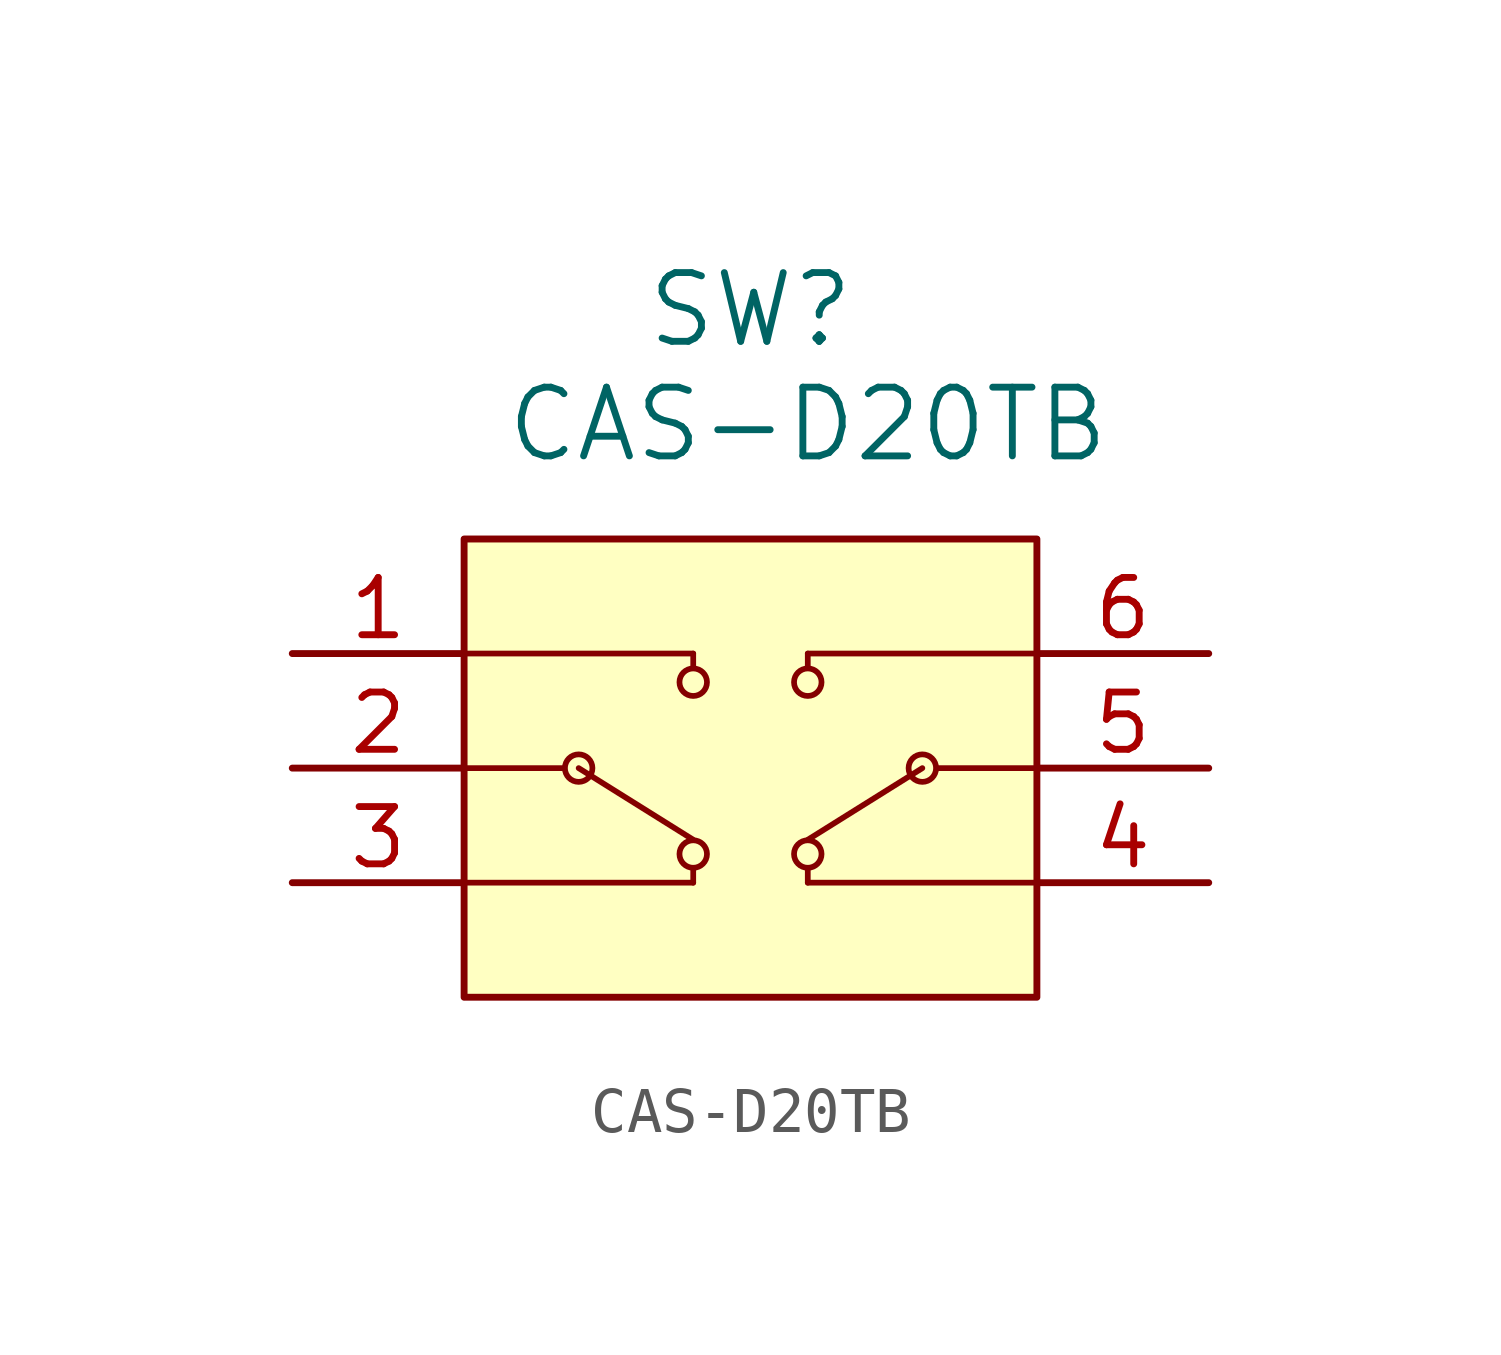
<source format=kicad_sym>
(kicad_symbol_lib
  (version 20241209)
  (generator "kicad_symbol_editor")
  (generator_version "9.0")
  (symbol "CAS-D20TB"
    (pin_names
      (offset 0.254)
      (hide yes))
    (property "Reference" "SW"
      (at 13.97 7.62 0)
      (effects (font (size 1.524 1.524))))
    (property "Value" "CAS-D20TB"
      (at 15.24 5.08 0)
      (effects (font (size 1.524 1.524))))
    (symbol "CAS-D20TB_0_1"
      (polyline (pts (xy 7.62 2.54) (xy 7.62 -7.62)) (stroke (width 0.127) (type default)) (fill (type none)))
      (polyline (pts (xy 7.62 0) (xy 12.7 0)) (stroke (width 0.127) (type default)) (fill (type none)))
      (polyline (pts (xy 7.62 -2.54) (xy 9.842 -2.54)) (stroke (width 0.127) (type default)) (fill (type none)))
      (polyline (pts (xy 7.62 -5.08) (xy 12.7 -5.08)) (stroke (width 0.127) (type default)) (fill (type none)))
      (polyline (pts (xy 10.16 -2.54) (xy 12.7 -4.128)) (stroke (width 0.127) (type default)) (fill (type none)))
      (circle (center 10.16 -2.54) (radius 0.305) (stroke (width 0.127) (type default)) (fill (type none)))
      (polyline (pts (xy 12.7 0) (xy 12.7 -0.318)) (stroke (width 0.127) (type default)) (fill (type none)))
      (circle (center 12.7 -0.635) (radius 0.305) (stroke (width 0.127) (type default)) (fill (type none)))
      (circle (center 12.7 -4.445) (radius 0.305) (stroke (width 0.127) (type default)) (fill (type none)))
      (polyline (pts (xy 12.7 -4.75) (xy 12.7 -5.08)) (stroke (width 0.127) (type default)) (fill (type none)))
      (polyline (pts (xy 15.24 0) (xy 15.24 -0.318)) (stroke (width 0.127) (type default)) (fill (type none)))
      (circle (center 15.24 -0.635) (radius 0.305) (stroke (width 0.127) (type default)) (fill (type none)))
      (circle (center 15.24 -4.445) (radius 0.305) (stroke (width 0.127) (type default)) (fill (type none)))
      (polyline (pts (xy 15.24 -4.75) (xy 15.24 -5.08)) (stroke (width 0.127) (type default)) (fill (type none)))
      (polyline (pts (xy 17.78 -2.54) (xy 15.24 -4.128)) (stroke (width 0.127) (type default)) (fill (type none)))
      (circle (center 17.78 -2.54) (radius 0.305) (stroke (width 0.127) (type default)) (fill (type none)))
      (polyline (pts (xy 20.32 2.54) (xy 7.62 2.54)) (stroke (width 0.127) (type default)) (fill (type none)))
      (polyline (pts (xy 20.32 0) (xy 15.24 0)) (stroke (width 0.127) (type default)) (fill (type none)))
      (polyline (pts (xy 20.32 -2.54) (xy 18.098 -2.54)) (stroke (width 0.127) (type default)) (fill (type none)))
      (polyline (pts (xy 20.32 -5.08) (xy 15.24 -5.08)) (stroke (width 0.127) (type default)) (fill (type none)))
      (pin unspecified line (at 3.81 0 0) (length 3.81) (name "1" (effects (font (size 1.27 1.27)))) (number "1" (effects (font (size 1.27 1.27)))))
      (pin unspecified line (at 3.81 -2.54 0) (length 3.81) (name "2" (effects (font (size 1.27 1.27)))) (number "2" (effects (font (size 1.27 1.27)))))
      (pin unspecified line (at 3.81 -5.08 0) (length 3.81) (name "3" (effects (font (size 1.27 1.27)))) (number "3" (effects (font (size 1.27 1.27)))))
      (pin unspecified line (at 24.13 0 180) (length 3.81) (name "6" (effects (font (size 1.27 1.27)))) (number "6" (effects (font (size 1.27 1.27)))))
      (pin unspecified line (at 24.13 -2.54 180) (length 3.81) (name "5" (effects (font (size 1.27 1.27)))) (number "5" (effects (font (size 1.27 1.27)))))
      (pin unspecified line (at 24.13 -5.08 180) (length 3.81) (name "4" (effects (font (size 1.27 1.27)))) (number "4" (effects (font (size 1.27 1.27))))))
    (symbol "CAS-D20TB_1_1"
      (rectangle (start 7.62 2.54) (end 20.32 -7.62) (stroke (width 0) (type default)) (fill (type background))))))
</source>
